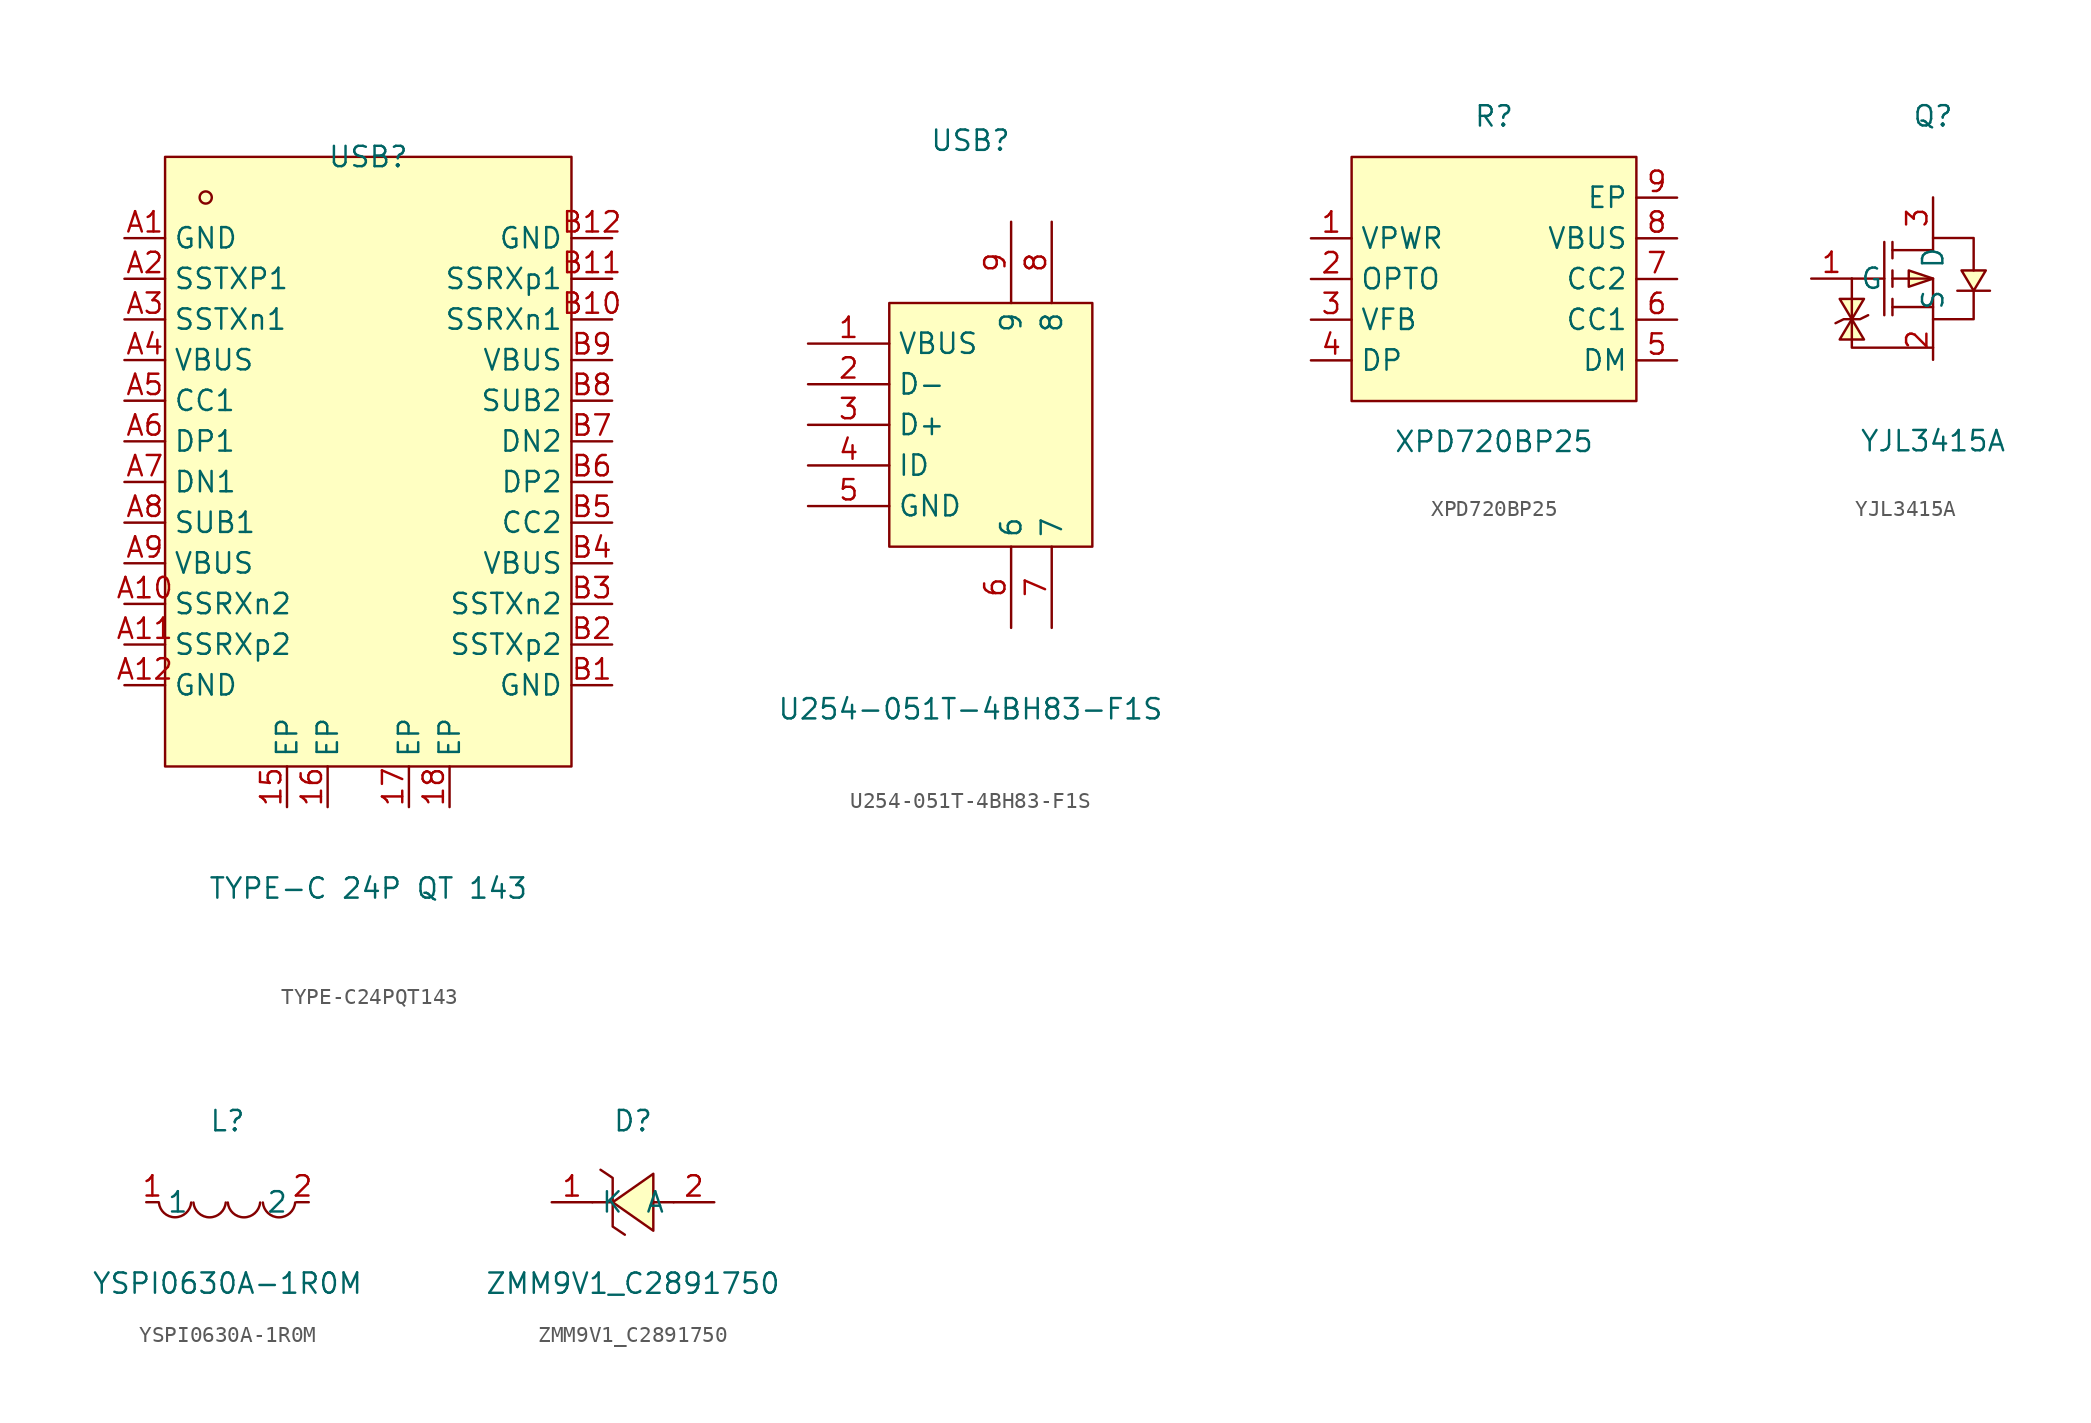
<source format=kicad_sym>
(kicad_symbol_lib
  (version 20211014)
  (generator https://github.com/uPesy/easyeda2kicad.py)
  (symbol "TYPE-C24PQT143"
    (property "Reference" "USB"
      (at 0 20.32 0)
      (effects (font (size 1.27 1.27))))
    (property "Value" "TYPE-C 24P QT 143"
      (at 0 -25.40 0)
      (effects (font (size 1.27 1.27))))
    (symbol "TYPE-C24PQT143_0_1"
      (rectangle (start -12.70 20.32) (end 12.70 -17.78) (stroke (width 0) (type default) (color 0 0 0 0)) (fill (type background)))
      (circle (center -10.16 17.78) (radius 0.38) (stroke (width 0) (type default) (color 0 0 0 0)) (fill (type none)))
      (pin unspecified line (at 5.08 -20.32 90) (length 2.54) (name "EP" (effects (font (size 1.27 1.27)))) (number "18" (effects (font (size 1.27 1.27)))))
      (pin unspecified line (at 2.54 -20.32 90) (length 2.54) (name "EP" (effects (font (size 1.27 1.27)))) (number "17" (effects (font (size 1.27 1.27)))))
      (pin unspecified line (at -2.54 -20.32 90) (length 2.54) (name "EP" (effects (font (size 1.27 1.27)))) (number "16" (effects (font (size 1.27 1.27)))))
      (pin unspecified line (at -5.08 -20.32 90) (length 2.54) (name "EP" (effects (font (size 1.27 1.27)))) (number "15" (effects (font (size 1.27 1.27)))))
      (pin unspecified line (at 15.24 -12.70 180) (length 2.54) (name "GND" (effects (font (size 1.27 1.27)))) (number "B1" (effects (font (size 1.27 1.27)))))
      (pin unspecified line (at 15.24 -10.16 180) (length 2.54) (name "SSTXp2" (effects (font (size 1.27 1.27)))) (number "B2" (effects (font (size 1.27 1.27)))))
      (pin unspecified line (at 15.24 -7.62 180) (length 2.54) (name "SSTXn2" (effects (font (size 1.27 1.27)))) (number "B3" (effects (font (size 1.27 1.27)))))
      (pin unspecified line (at 15.24 -5.08 180) (length 2.54) (name "VBUS" (effects (font (size 1.27 1.27)))) (number "B4" (effects (font (size 1.27 1.27)))))
      (pin unspecified line (at 15.24 -2.54 180) (length 2.54) (name "CC2" (effects (font (size 1.27 1.27)))) (number "B5" (effects (font (size 1.27 1.27)))))
      (pin unspecified line (at 15.24 -0.00 180) (length 2.54) (name "DP2" (effects (font (size 1.27 1.27)))) (number "B6" (effects (font (size 1.27 1.27)))))
      (pin unspecified line (at 15.24 2.54 180) (length 2.54) (name "DN2" (effects (font (size 1.27 1.27)))) (number "B7" (effects (font (size 1.27 1.27)))))
      (pin unspecified line (at 15.24 5.08 180) (length 2.54) (name "SUB2" (effects (font (size 1.27 1.27)))) (number "B8" (effects (font (size 1.27 1.27)))))
      (pin unspecified line (at 15.24 7.62 180) (length 2.54) (name "VBUS" (effects (font (size 1.27 1.27)))) (number "B9" (effects (font (size 1.27 1.27)))))
      (pin unspecified line (at 15.24 10.16 180) (length 2.54) (name "SSRXn1" (effects (font (size 1.27 1.27)))) (number "B10" (effects (font (size 1.27 1.27)))))
      (pin unspecified line (at 15.24 12.70 180) (length 2.54) (name "SSRXp1" (effects (font (size 1.27 1.27)))) (number "B11" (effects (font (size 1.27 1.27)))))
      (pin unspecified line (at 15.24 15.24 180) (length 2.54) (name "GND" (effects (font (size 1.27 1.27)))) (number "B12" (effects (font (size 1.27 1.27)))))
      (pin unspecified line (at -15.24 15.24 0) (length 2.54) (name "GND" (effects (font (size 1.27 1.27)))) (number "A1" (effects (font (size 1.27 1.27)))))
      (pin unspecified line (at -15.24 12.70 0) (length 2.54) (name "SSTXP1" (effects (font (size 1.27 1.27)))) (number "A2" (effects (font (size 1.27 1.27)))))
      (pin unspecified line (at -15.24 10.16 0) (length 2.54) (name "SSTXn1" (effects (font (size 1.27 1.27)))) (number "A3" (effects (font (size 1.27 1.27)))))
      (pin unspecified line (at -15.24 7.62 0) (length 2.54) (name "VBUS" (effects (font (size 1.27 1.27)))) (number "A4" (effects (font (size 1.27 1.27)))))
      (pin unspecified line (at -15.24 5.08 0) (length 2.54) (name "CC1" (effects (font (size 1.27 1.27)))) (number "A5" (effects (font (size 1.27 1.27)))))
      (pin unspecified line (at -15.24 2.54 0) (length 2.54) (name "DP1" (effects (font (size 1.27 1.27)))) (number "A6" (effects (font (size 1.27 1.27)))))
      (pin unspecified line (at -15.24 -0.00 0) (length 2.54) (name "DN1" (effects (font (size 1.27 1.27)))) (number "A7" (effects (font (size 1.27 1.27)))))
      (pin unspecified line (at -15.24 -2.54 0) (length 2.54) (name "SUB1" (effects (font (size 1.27 1.27)))) (number "A8" (effects (font (size 1.27 1.27)))))
      (pin unspecified line (at -15.24 -5.08 0) (length 2.54) (name "VBUS" (effects (font (size 1.27 1.27)))) (number "A9" (effects (font (size 1.27 1.27)))))
      (pin unspecified line (at -15.24 -7.62 0) (length 2.54) (name "SSRXn2" (effects (font (size 1.27 1.27)))) (number "A10" (effects (font (size 1.27 1.27)))))
      (pin unspecified line (at -15.24 -10.16 0) (length 2.54) (name "SSRXp2" (effects (font (size 1.27 1.27)))) (number "A11" (effects (font (size 1.27 1.27)))))
      (pin unspecified line (at -15.24 -12.70 0) (length 2.54) (name "GND" (effects (font (size 1.27 1.27)))) (number "A12" (effects (font (size 1.27 1.27)))))))
  (symbol "U254-051T-4BH83-F1S"
    (property "Reference" "USB"
      (at 0 17.78 0)
      (effects (font (size 1.27 1.27))))
    (property "Value" "U254-051T-4BH83-F1S"
      (at 0 -17.78 0)
      (effects (font (size 1.27 1.27))))
    (symbol "U254-051T-4BH83-F1S_0_1"
      (rectangle (start -5.08 7.62) (end 7.62 -7.62) (stroke (width 0) (type default) (color 0 0 0 0)) (fill (type background)))
      (pin unspecified line (at -10.16 -5.08 0) (length 5.08) (name "GND" (effects (font (size 1.27 1.27)))) (number "5" (effects (font (size 1.27 1.27)))))
      (pin unspecified line (at -10.16 -2.54 0) (length 5.08) (name "ID" (effects (font (size 1.27 1.27)))) (number "4" (effects (font (size 1.27 1.27)))))
      (pin unspecified line (at -10.16 -0.00 0) (length 5.08) (name "D+" (effects (font (size 1.27 1.27)))) (number "3" (effects (font (size 1.27 1.27)))))
      (pin unspecified line (at -10.16 2.54 0) (length 5.08) (name "D-" (effects (font (size 1.27 1.27)))) (number "2" (effects (font (size 1.27 1.27)))))
      (pin unspecified line (at -10.16 5.08 0) (length 5.08) (name "VBUS" (effects (font (size 1.27 1.27)))) (number "1" (effects (font (size 1.27 1.27)))))
      (pin unspecified line (at 2.54 -12.70 90) (length 5.08) (name "6" (effects (font (size 1.27 1.27)))) (number "6" (effects (font (size 1.27 1.27)))))
      (pin unspecified line (at 5.08 -12.70 90) (length 5.08) (name "7" (effects (font (size 1.27 1.27)))) (number "7" (effects (font (size 1.27 1.27)))))
      (pin unspecified line (at 5.08 12.70 270) (length 5.08) (name "8" (effects (font (size 1.27 1.27)))) (number "8" (effects (font (size 1.27 1.27)))))
      (pin unspecified line (at 2.54 12.70 270) (length 5.08) (name "9" (effects (font (size 1.27 1.27)))) (number "9" (effects (font (size 1.27 1.27)))))))
  (symbol "XPD720BP25"
    (property "Reference" "R"
      (at 0 10.16 0)
      (effects (font (size 1.27 1.27))))
    (property "Value" "XPD720BP25"
      (at 0 -10.16 0)
      (effects (font (size 1.27 1.27))))
    (symbol "XPD720BP25_0_1"
      (rectangle (start -8.89 7.62) (end 8.89 -7.62) (stroke (width 0) (type default) (color 0 0 0 0)) (fill (type background)))
      (pin unspecified line (at -11.43 -0.00 0) (length 2.54) (name "OPTO" (effects (font (size 1.27 1.27)))) (number "2" (effects (font (size 1.27 1.27)))))
      (pin unspecified line (at 11.43 5.08 180) (length 2.54) (name "EP" (effects (font (size 1.27 1.27)))) (number "9" (effects (font (size 1.27 1.27)))))
      (pin unspecified line (at 11.43 2.54 180) (length 2.54) (name "VBUS" (effects (font (size 1.27 1.27)))) (number "8" (effects (font (size 1.27 1.27)))))
      (pin unspecified line (at 11.43 -0.00 180) (length 2.54) (name "CC2" (effects (font (size 1.27 1.27)))) (number "7" (effects (font (size 1.27 1.27)))))
      (pin unspecified line (at 11.43 -2.54 180) (length 2.54) (name "CC1" (effects (font (size 1.27 1.27)))) (number "6" (effects (font (size 1.27 1.27)))))
      (pin unspecified line (at 11.43 -5.08 180) (length 2.54) (name "DM" (effects (font (size 1.27 1.27)))) (number "5" (effects (font (size 1.27 1.27)))))
      (pin unspecified line (at -11.43 -5.08 0) (length 2.54) (name "DP" (effects (font (size 1.27 1.27)))) (number "4" (effects (font (size 1.27 1.27)))))
      (pin unspecified line (at -11.43 -2.54 0) (length 2.54) (name "VFB" (effects (font (size 1.27 1.27)))) (number "3" (effects (font (size 1.27 1.27)))))
      (pin unspecified line (at -11.43 2.54 0) (length 2.54) (name "VPWR" (effects (font (size 1.27 1.27)))) (number "1" (effects (font (size 1.27 1.27)))))))
  (symbol "YJL3415A"
    (property "Reference" "Q"
      (at 0 10.16 0)
      (effects (font (size 1.27 1.27))))
    (property "Value" "YJL3415A"
      (at 0 -10.16 0)
      (effects (font (size 1.27 1.27))))
    (symbol "YJL3415A_0_1"
      (polyline (pts (xy 3.56 -0.76) (xy 3.05 -0.76) (xy 2.03 -0.76) (xy 1.52 -0.76)) (stroke (width 0) (type default) (color 0 0 0 0)) (fill (type none)))
      (polyline (pts (xy -5.08 -0.00) (xy -3.05 -0.00)) (stroke (width 0) (type default) (color 0 0 0 0)) (fill (type none)))
      (polyline (pts (xy -2.54 -2.29) (xy -2.54 -1.27)) (stroke (width 0) (type default) (color 0 0 0 0)) (fill (type none)))
      (polyline (pts (xy -2.54 -0.51) (xy -2.54 0.51)) (stroke (width 0) (type default) (color 0 0 0 0)) (fill (type none)))
      (polyline (pts (xy -2.54 2.29) (xy -2.54 1.27)) (stroke (width 0) (type default) (color 0 0 0 0)) (fill (type none)))
      (polyline (pts (xy -3.05 2.29) (xy -3.05 -2.29)) (stroke (width 0) (type default) (color 0 0 0 0)) (fill (type none)))
      (polyline (pts (xy 0.00 -1.78) (xy -2.54 -1.78)) (stroke (width 0) (type default) (color 0 0 0 0)) (fill (type none)))
      (polyline (pts (xy -2.54 -0.00) (xy 0.00 -0.00) (xy 0.00 -2.54) (xy 2.54 -2.54) (xy 2.54 -0.76)) (stroke (width 0) (type default) (color 0 0 0 0)) (fill (type none)))
      (polyline (pts (xy -2.54 1.78) (xy 0.00 1.78) (xy 0.00 2.54) (xy 2.54 2.54) (xy 2.54 0.51)) (stroke (width 0) (type default) (color 0 0 0 0)) (fill (type none)))
      (polyline (pts (xy -4.06 -2.29) (xy -4.57 -2.54) (xy -5.59 -2.54) (xy -6.10 -2.79)) (stroke (width 0) (type default) (color 0 0 0 0)) (fill (type none)))
      (polyline (pts (xy -5.08 -0.00) (xy -5.08 -4.32) (xy 0.00 -4.32)) (stroke (width 0) (type default) (color 0 0 0 0)) (fill (type none)))
      (polyline (pts (xy 2.54 -0.76) (xy 1.78 0.51) (xy 3.30 0.51) (xy 2.54 -0.76)) (stroke (width 0) (type default) (color 0 0 0 0)) (fill (type background)))
      (polyline (pts (xy 0.00 -0.00) (xy -1.52 -0.51) (xy -1.52 0.51) (xy 0.00 -0.00)) (stroke (width 0) (type default) (color 0 0 0 0)) (fill (type background)))
      (polyline (pts (xy -5.08 -2.54) (xy -5.84 -1.27) (xy -4.32 -1.27) (xy -5.08 -2.54)) (stroke (width 0) (type default) (color 0 0 0 0)) (fill (type background)))
      (polyline (pts (xy -5.08 -2.54) (xy -4.32 -3.81) (xy -5.84 -3.81) (xy -5.08 -2.54)) (stroke (width 0) (type default) (color 0 0 0 0)) (fill (type background)))
      (pin unspecified line (at 0.00 -5.08 90) (length 2.54) (name "S" (effects (font (size 1.27 1.27)))) (number "2" (effects (font (size 1.27 1.27)))))
      (pin unspecified line (at -7.62 -0.00 0) (length 2.54) (name "G" (effects (font (size 1.27 1.27)))) (number "1" (effects (font (size 1.27 1.27)))))
      (pin unspecified line (at 0.00 5.08 270) (length 2.54) (name "D" (effects (font (size 1.27 1.27)))) (number "3" (effects (font (size 1.27 1.27)))))))
  (symbol "YSPI0630A-1R0M"
    (property "Reference" "L"
      (at 0 5.08 0)
      (effects (font (size 1.27 1.27))))
    (property "Value" "YSPI0630A-1R0M"
      (at 0 -5.08 0)
      (effects (font (size 1.27 1.27))))
    (symbol "YSPI0630A-1R0M_0_1"
      (arc (start -4.29 -0.02) (mid -2.81 -1.01) (end -2.27 -0.02) (stroke (width 0) (type default) (color 0 0 0 0)) (fill (type none)))
      (arc (start -2.13 -0.02) (mid -0.66 -1.01) (end -0.11 -0.02) (stroke (width 0) (type default) (color 0 0 0 0)) (fill (type none)))
      (arc (start 0.02 -0.02) (mid 1.49 -1.01) (end 2.04 -0.02) (stroke (width 0) (type default) (color 0 0 0 0)) (fill (type none)))
      (arc (start 2.21 -0.02) (mid 3.68 -1.01) (end 4.23 -0.02) (stroke (width 0) (type default) (color 0 0 0 0)) (fill (type none)))
      (pin unspecified line (at 5.08 -0.00 180) (length 0.762) (name "2" (effects (font (size 1.27 1.27)))) (number "2" (effects (font (size 1.27 1.27)))))
      (pin unspecified line (at -5.08 -0.00 0) (length 0.762) (name "1" (effects (font (size 1.27 1.27)))) (number "1" (effects (font (size 1.27 1.27)))))))
  (symbol "ZMM9V1_C2891750"
    (property "Reference" "D"
      (at 0 5.08 0)
      (effects (font (size 1.27 1.27))))
    (property "Value" "ZMM9V1_C2891750"
      (at 0 -5.08 0)
      (effects (font (size 1.27 1.27))))
    (symbol "ZMM9V1_C2891750_0_1"
      (polyline (pts (xy 1.27 1.78) (xy -1.27 -0.00) (xy 1.27 -1.78) (xy 1.27 1.78)) (stroke (width 0) (type default) (color 0 0 0 0)) (fill (type background)))
      (polyline (pts (xy -1.27 -0.00) (xy -2.54 -0.00)) (stroke (width 0) (type default) (color 0 0 0 0)) (fill (type none)))
      (polyline (pts (xy 2.54 -0.00) (xy 1.27 -0.00)) (stroke (width 0) (type default) (color 0 0 0 0)) (fill (type none)))
      (polyline (pts (xy -2.03 2.03) (xy -1.27 1.52) (xy -1.27 -1.52) (xy -0.51 -2.03)) (stroke (width 0) (type default) (color 0 0 0 0)) (fill (type none)))
      (pin unspecified line (at -5.08 -0.00 0) (length 2.54) (name "K" (effects (font (size 1.27 1.27)))) (number "1" (effects (font (size 1.27 1.27)))))
      (pin unspecified line (at 5.08 -0.00 180) (length 2.54) (name "A" (effects (font (size 1.27 1.27)))) (number "2" (effects (font (size 1.27 1.27))))))))
</source>
